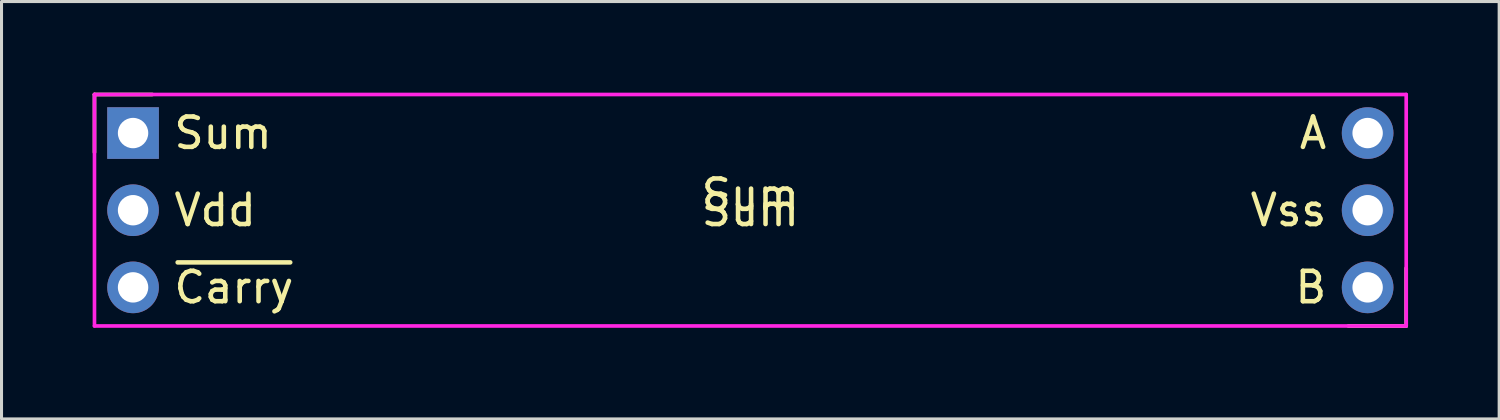
<source format=kicad_pcb>
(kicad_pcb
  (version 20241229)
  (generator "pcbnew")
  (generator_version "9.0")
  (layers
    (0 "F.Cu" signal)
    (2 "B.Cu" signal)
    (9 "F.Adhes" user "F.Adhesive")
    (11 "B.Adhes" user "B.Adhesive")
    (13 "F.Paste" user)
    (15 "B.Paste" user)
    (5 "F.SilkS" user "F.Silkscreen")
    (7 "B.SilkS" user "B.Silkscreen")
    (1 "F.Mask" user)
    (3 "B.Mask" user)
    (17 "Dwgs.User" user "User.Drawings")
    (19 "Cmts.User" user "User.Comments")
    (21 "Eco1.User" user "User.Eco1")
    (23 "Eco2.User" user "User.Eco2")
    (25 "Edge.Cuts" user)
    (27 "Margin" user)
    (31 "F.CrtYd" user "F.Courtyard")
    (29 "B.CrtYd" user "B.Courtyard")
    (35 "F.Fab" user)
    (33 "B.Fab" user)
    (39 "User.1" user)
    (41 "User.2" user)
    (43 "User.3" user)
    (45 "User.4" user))
  (footprint "Sum"
    (layer "F.Cu")
    (at 21.65 3.87)
    (property "Reference" "Sum" (at 0 -0.5 0) (unlocked yes) (layer "F.SilkS") (effects (font (size 1 1) (thickness 0.15))))
    (attr through_hole)
    (fp_line (start -21.59 -3.81) (end -19.685 -3.81) (stroke (width 0.12) (type solid)) (layer "F.SilkS"))
    (fp_line (start -21.59 -1.905) (end -21.59 -3.81) (stroke (width 0.12) (type solid)) (layer "F.SilkS"))
    (fp_line (start 21.59 1.905) (end 21.59 3.81) (stroke (width 0.12) (type solid)) (layer "F.SilkS"))
    (fp_line (start 21.59 3.81) (end 19.685 3.81) (stroke (width 0.12) (type solid)) (layer "F.SilkS"))
    (fp_line (start -21.59 -3.81) (end -21.59 3.81) (stroke (width 0.12) (type solid)) (layer "F.CrtYd"))
    (fp_line (start -21.59 -3.81) (end 21.59 -3.81) (stroke (width 0.12) (type solid)) (layer "F.CrtYd"))
    (fp_line (start 21.59 -3.81) (end 21.59 3.81) (stroke (width 0.12) (type solid)) (layer "F.CrtYd"))
    (fp_line (start 21.59 3.81) (end -21.59 3.81) (stroke (width 0.12) (type solid)) (layer "F.CrtYd"))
    (fp_text user "~{Carry}" (at -19.05 2.54 0) (unlocked yes) (layer "F.SilkS") (effects (font (size 1 1) (thickness 0.15)) (justify left)))
    (fp_text user "A" (at 19.05 -2.54 0) (unlocked yes) (layer "F.SilkS") (effects (font (size 1 1) (thickness 0.15)) (justify right)))
    (fp_text user "Sum" (at 0 0 0) (unlocked yes) (layer "F.SilkS") (effects (font (size 1 1) (thickness 0.15))))
    (fp_text user "B" (at 19.05 2.54 0) (unlocked yes) (layer "F.SilkS") (effects (font (size 1 1) (thickness 0.15)) (justify right)))
    (fp_text user "Sum" (at -19.05 -2.54 0) (unlocked yes) (layer "F.SilkS") (effects (font (size 1 1) (thickness 0.15)) (justify left)))
    (fp_text user "Vss" (at 19.05 0 0) (unlocked yes) (layer "F.SilkS") (effects (font (size 1 1) (thickness 0.15)) (justify right)))
    (fp_text user "Vdd" (at -19.05 0 0) (unlocked yes) (layer "F.SilkS") (effects (font (size 1 1) (thickness 0.15)) (justify left)))
    (pad "1" thru_hole rect (at -20.32 -2.54) (size 1.7 1.7) (drill 1) (layers "*.Cu" "*.Mask"))
    (pad "2" thru_hole oval (at -20.32 0) (size 1.7 1.7) (drill 1) (layers "*.Cu" "*.Mask"))
    (pad "3" thru_hole oval (at -20.32 2.54) (size 1.7 1.7) (drill 1) (layers "*.Cu" "*.Mask"))
    (pad "4" thru_hole circle (at 20.32 -2.54) (size 1.7 1.7) (drill 1) (layers "*.Cu" "*.Mask"))
    (pad "5" thru_hole oval (at 20.32 0) (size 1.7 1.7) (drill 1) (layers "*.Cu" "*.Mask"))
    (pad "6" thru_hole oval (at 20.32 2.54) (size 1.7 1.7) (drill 1) (layers "*.Cu" "*.Mask")))
  (gr_rect
    (start -3 -3)
    (end 46.3 10.74)
    (stroke (width 0.1) (type default))
    (fill no)
    (layer "Edge.Cuts")))
</source>
